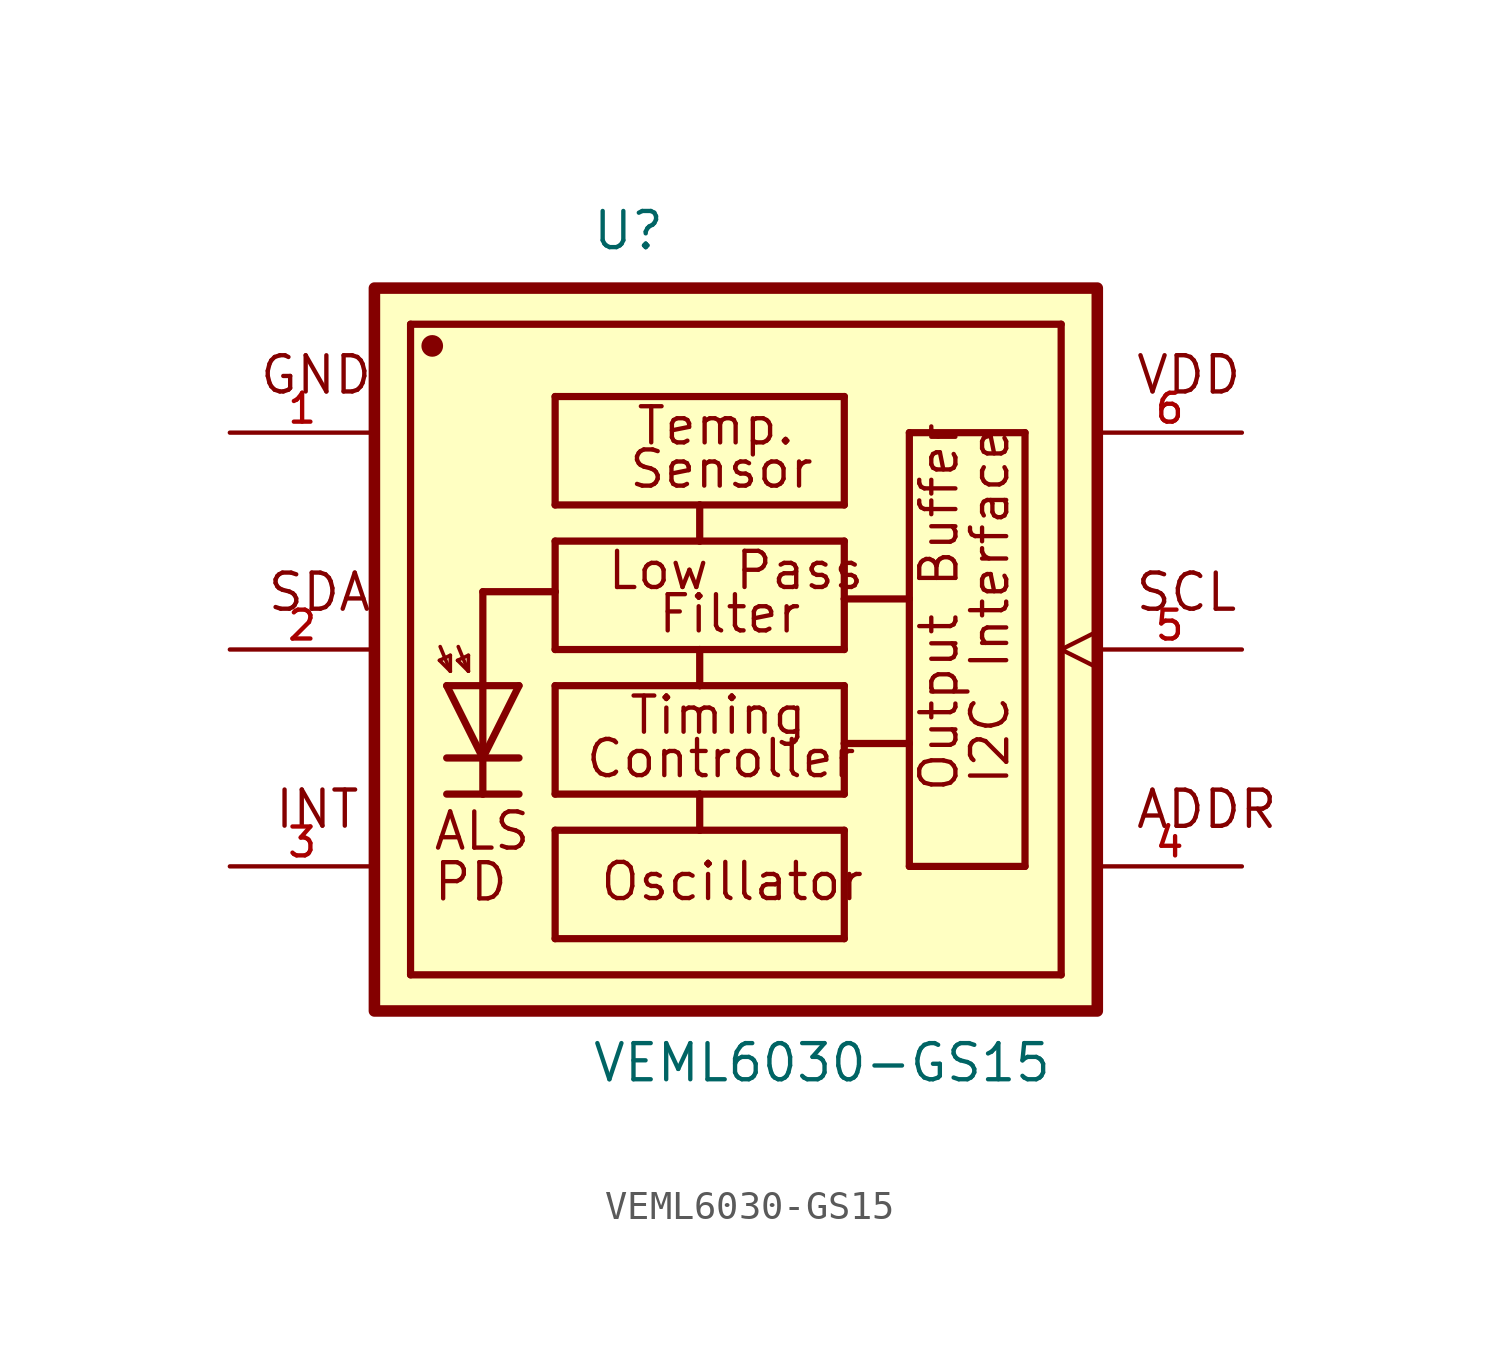
<source format=kicad_sym>
(kicad_symbol_lib
  (version 20211014)
  (generator kicad_symbol_editor)
  (symbol "VEML6030-GS15"
    (pin_names
      (offset 1.016))
    (property "Reference" "U"
      (at -5.082 13.976 0)
      (effects (font (size 1.27 1.27)) (justify bottom left)))
    (property "Value" "VEML6030-GS15"
      (at -5.088 -15.263 0)
      (effects (font (size 1.27 1.27)) (justify bottom left)))
    (symbol "VEML6030-GS15_0_0"
      (text "GND" (at -16.79 8.904 0) (effects (font (size 1.272 1.272)) (justify bottom left)))
      (text "SDA" (at -16.515 1.27 0) (effects (font (size 1.27 1.27)) (justify bottom left)))
      (text "INT" (at -16.26 -6.352 0) (effects (font (size 1.27 1.27)) (justify bottom left)))
      (text "VDD" (at 13.995 8.906 0) (effects (font (size 1.272 1.272)) (justify bottom left)))
      (text "SCL" (at 13.978 1.271 0) (effects (font (size 1.271 1.271)) (justify bottom left)))
      (text "ADDR" (at 13.991 -6.359 0) (effects (font (size 1.272 1.272)) (justify bottom left)))
      (polyline (pts (xy 11.43 11.43) (xy -11.43 11.43)) (stroke (width 0.254)))
      (polyline (pts (xy -11.43 11.43) (xy -11.43 -11.43)) (stroke (width 0.254)))
      (polyline (pts (xy -11.43 -11.43) (xy 11.43 -11.43)) (stroke (width 0.254)))
      (polyline (pts (xy 11.43 -11.43) (xy 11.43 11.43)) (stroke (width 0.254)))
      (polyline (pts (xy 10.16 7.62) (xy 10.16 -7.62)) (stroke (width 0.254)))
      (polyline (pts (xy 10.16 -7.62) (xy 6.096 -7.62)) (stroke (width 0.254)))
      (polyline (pts (xy 6.096 -7.62) (xy 6.096 -3.302)) (stroke (width 0.254)))
      (polyline (pts (xy 6.096 -3.302) (xy 6.096 1.778)) (stroke (width 0.254)))
      (polyline (pts (xy 6.096 1.778) (xy 6.096 7.62)) (stroke (width 0.254)))
      (polyline (pts (xy 6.096 7.62) (xy 10.16 7.62)) (stroke (width 0.254)))
      (polyline (pts (xy 3.81 -6.35) (xy 3.81 -10.16)) (stroke (width 0.254)))
      (polyline (pts (xy 3.81 -10.16) (xy -6.35 -10.16)) (stroke (width 0.254)))
      (polyline (pts (xy -6.35 -10.16) (xy -6.35 -6.35)) (stroke (width 0.254)))
      (polyline (pts (xy -6.35 -6.35) (xy -1.27 -6.35)) (stroke (width 0.254)))
      (polyline (pts (xy -1.27 -6.35) (xy 3.81 -6.35)) (stroke (width 0.254)))
      (polyline (pts (xy 3.81 -5.08) (xy -1.27 -5.08)) (stroke (width 0.254)))
      (polyline (pts (xy -1.27 -5.08) (xy -6.35 -5.08)) (stroke (width 0.254)))
      (polyline (pts (xy -6.35 -5.08) (xy -6.35 -1.27)) (stroke (width 0.254)))
      (polyline (pts (xy -6.35 -1.27) (xy -1.27 -1.27)) (stroke (width 0.254)))
      (polyline (pts (xy -1.27 -1.27) (xy 3.81 -1.27)) (stroke (width 0.254)))
      (polyline (pts (xy 3.81 -1.27) (xy 3.81 -3.302)) (stroke (width 0.254)))
      (polyline (pts (xy 3.81 -3.302) (xy 3.81 -5.08)) (stroke (width 0.254)))
      (polyline (pts (xy 3.81 0.0) (xy -1.27 0.0)) (stroke (width 0.254)))
      (polyline (pts (xy -1.27 0.0) (xy -6.35 0.0)) (stroke (width 0.254)))
      (polyline (pts (xy -6.35 0.0) (xy -6.35 2.032)) (stroke (width 0.254)))
      (polyline (pts (xy -6.35 2.032) (xy -6.35 3.81)) (stroke (width 0.254)))
      (polyline (pts (xy -6.35 3.81) (xy -1.27 3.81)) (stroke (width 0.254)))
      (polyline (pts (xy -1.27 3.81) (xy 3.81 3.81)) (stroke (width 0.254)))
      (polyline (pts (xy 3.81 3.81) (xy 3.81 1.778)) (stroke (width 0.254)))
      (polyline (pts (xy 3.81 1.778) (xy 3.81 0.0)) (stroke (width 0.254)))
      (polyline (pts (xy 3.81 5.08) (xy -1.27 5.08)) (stroke (width 0.254)))
      (polyline (pts (xy -1.27 5.08) (xy -6.35 5.08)) (stroke (width 0.254)))
      (polyline (pts (xy -6.35 5.08) (xy -6.35 8.89)) (stroke (width 0.254)))
      (polyline (pts (xy -6.35 8.89) (xy 3.81 8.89)) (stroke (width 0.254)))
      (polyline (pts (xy 3.81 8.89) (xy 3.81 5.08)) (stroke (width 0.254)))
      (polyline (pts (xy -1.27 -1.27) (xy -1.27 0.0)) (stroke (width 0.254)))
      (polyline (pts (xy -1.27 3.81) (xy -1.27 5.08)) (stroke (width 0.254)))
      (polyline (pts (xy -1.27 -6.35) (xy -1.27 -5.08)) (stroke (width 0.254)))
      (polyline (pts (xy 3.81 1.778) (xy 6.096 1.778)) (stroke (width 0.254)))
      (polyline (pts (xy 3.81 -3.302) (xy 6.096 -3.302)) (stroke (width 0.254)))
      (polyline (pts (xy -7.62 -5.08) (xy -8.89 -5.08)) (stroke (width 0.254)))
      (polyline (pts (xy -10.16 -5.08) (xy -8.89 -5.08)) (stroke (width 0.254)))
      (polyline (pts (xy -8.89 -5.08) (xy -8.89 -3.81)) (stroke (width 0.254)))
      (polyline (pts (xy -8.89 -3.81) (xy -10.16 -1.27)) (stroke (width 0.254)))
      (polyline (pts (xy -10.16 -1.27) (xy -8.89 -1.27)) (stroke (width 0.254)))
      (polyline (pts (xy -8.89 -1.27) (xy -7.62 -1.27)) (stroke (width 0.254)))
      (polyline (pts (xy -7.62 -1.27) (xy -8.89 -3.81)) (stroke (width 0.254)))
      (polyline (pts (xy -7.62 -3.81) (xy -10.16 -3.81)) (stroke (width 0.254)))
      (polyline (pts (xy -6.35 2.032) (xy -8.89 2.032)) (stroke (width 0.254)))
      (polyline (pts (xy -8.89 2.032) (xy -8.89 -1.27)) (stroke (width 0.254)))
      (polyline (pts (xy -9.398 -0.762) (xy -9.754 0.102)) (stroke (width 0.127)))
      (polyline (pts (xy -9.398 -0.762) (xy -9.398 -0.203)) (stroke (width 0.127)))
      (polyline (pts (xy -9.398 -0.203) (xy -9.779 -0.381)) (stroke (width 0.127)))
      (polyline (pts (xy -9.779 -0.381) (xy -9.398 -0.762)) (stroke (width 0.127)))
      (text "Timing " (at -3.814 -3.051 0) (effects (font (size 1.271 1.271)) (justify bottom left)))
      (text "Controller" (at -5.338 -4.576 0) (effects (font (size 1.271 1.271)) (justify bottom left)))
      (text "Low Pass" (at -4.577 2.034 0) (effects (font (size 1.271 1.271)) (justify bottom left)))
      (text "Filter" (at -2.798 0.509 0) (effects (font (size 1.272 1.272)) (justify bottom left)))
      (text "Temp." (at -3.558 7.115 0) (effects (font (size 1.271 1.271)) (justify bottom left)))
      (text "Sensor" (at -3.816 5.596 0) (effects (font (size 1.272 1.272)) (justify bottom left)))
      (text "Oscillator" (at -4.829 -8.896 0) (effects (font (size 1.271 1.271)) (justify bottom left)))
      (text "Output Buffer" (at 7.877 -5.082 900) (effects (font (size 1.27 1.27)) (justify bottom left)))
      (text "I2C Interface" (at 9.662 -4.831 900) (effects (font (size 1.271 1.271)) (justify bottom left)))
      (text "ALS" (at -10.685 -7.123 0) (effects (font (size 1.272 1.272)) (justify bottom left)))
      (text "PD" (at -10.688 -8.907 0) (effects (font (size 1.272 1.272)) (justify bottom left)))
      (polyline (pts (xy -10.033 -0.762) (xy -10.389 0.102)) (stroke (width 0.127)))
      (polyline (pts (xy -10.033 -0.762) (xy -10.033 -0.203)) (stroke (width 0.127)))
      (polyline (pts (xy -10.033 -0.203) (xy -10.414 -0.381)) (stroke (width 0.127)))
      (polyline (pts (xy -10.414 -0.381) (xy -10.033 -0.762)) (stroke (width 0.127)))
      (circle (center -10.668 10.668) (radius 0.254) (stroke (width 0.254)) (fill (type none)))
      (circle (center -10.668 10.668) (radius 0.127) (stroke (width 0.254)) (fill (type none)))
      (polyline (pts (xy -8.89 -1.27) (xy -8.89 -3.556)) (stroke (width 0.254)))
      (rectangle (start -12.7 -12.7) (end 12.7 12.7) (stroke (width 0.406)) (fill (type background)))
      (pin power_in line (at -17.78 7.62 0) (length 5.08) (name "~" (effects (font (size 1.016 1.016)))) (number "1" (effects (font (size 1.016 1.016)))))
      (pin output line (at -17.78 -7.62 0) (length 5.08) (name "~" (effects (font (size 1.016 1.016)))) (number "3" (effects (font (size 1.016 1.016)))))
      (pin bidirectional line (at -17.78 0.0 0) (length 5.08) (name "~" (effects (font (size 1.016 1.016)))) (number "2" (effects (font (size 1.016 1.016)))))
      (pin power_in line (at 17.78 7.62 180.0) (length 5.08) (name "~" (effects (font (size 1.016 1.016)))) (number "6" (effects (font (size 1.016 1.016)))))
      (pin input clock (at 17.78 0.0 180.0) (length 5.08) (name "~" (effects (font (size 1.016 1.016)))) (number "5" (effects (font (size 1.016 1.016)))))
      (pin bidirectional line (at 17.78 -7.62 180.0) (length 5.08) (name "~" (effects (font (size 1.016 1.016)))) (number "4" (effects (font (size 1.016 1.016))))))))
</source>
